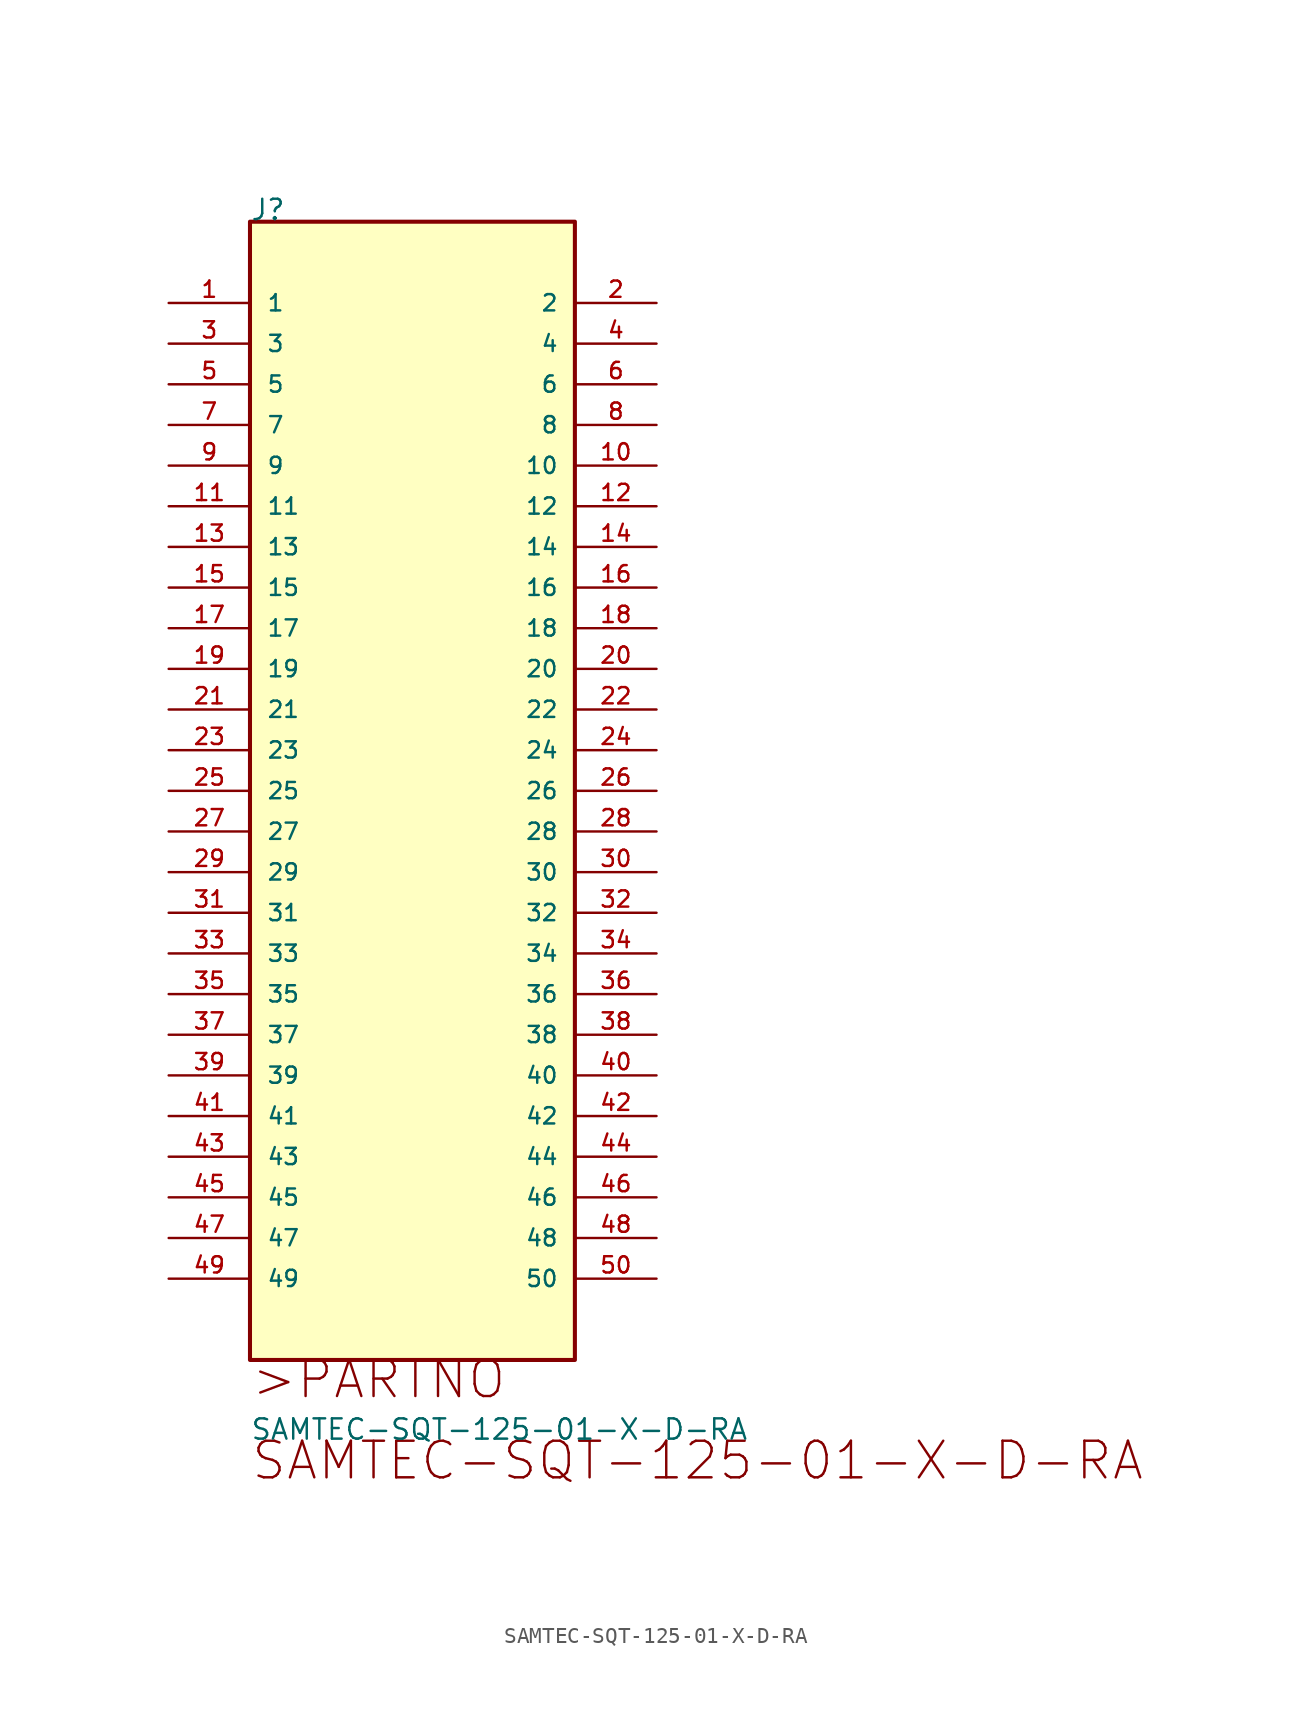
<source format=kicad_sym>
(kicad_symbol_lib
  (version 20211014)
  (generator kicad_symbol_editor)
  (symbol "SAMTEC-SQT-125-01-X-D-RA"
    (pin_names
      (offset 1.016))
    (property "Reference" "J"
      (at 0.0 5.08 0)
      (effects (font (size 1.27 1.27)) (justify bottom left)))
    (property "Value" "SAMTEC-SQT-125-01-X-D-RA"
      (at 0.0 -71.12 0)
      (effects (font (size 1.27 1.27)) (justify bottom left)))
    (symbol "SAMTEC-SQT-125-01-X-D-RA_0_0"
      (text ">PARTNO" (at 0.0 -68.58 0) (effects (font (size 2.286 2.286)) (justify bottom left)))
      (text "SAMTEC-SQT-125-01-X-D-RA" (at 0.0 -73.66 0) (effects (font (size 2.286 2.286)) (justify bottom left)))
      (rectangle (start 0.0 -66.04) (end 20.3 5.08) (stroke (width 0.254)) (fill (type background)))
      (pin passive line (at -5.08 -0.0 0) (length 5.08) (name "1" (effects (font (size 1.016 1.016)))) (number "1" (effects (font (size 1.016 1.016)))))
      (pin passive line (at 25.4 -0.0 180.0) (length 5.08) (name "2" (effects (font (size 1.016 1.016)))) (number "2" (effects (font (size 1.016 1.016)))))
      (pin passive line (at -5.08 -2.54 0) (length 5.08) (name "3" (effects (font (size 1.016 1.016)))) (number "3" (effects (font (size 1.016 1.016)))))
      (pin passive line (at 25.4 -2.54 180.0) (length 5.08) (name "4" (effects (font (size 1.016 1.016)))) (number "4" (effects (font (size 1.016 1.016)))))
      (pin passive line (at -5.08 -5.08 0) (length 5.08) (name "5" (effects (font (size 1.016 1.016)))) (number "5" (effects (font (size 1.016 1.016)))))
      (pin passive line (at 25.4 -5.08 180.0) (length 5.08) (name "6" (effects (font (size 1.016 1.016)))) (number "6" (effects (font (size 1.016 1.016)))))
      (pin passive line (at -5.08 -7.62 0) (length 5.08) (name "7" (effects (font (size 1.016 1.016)))) (number "7" (effects (font (size 1.016 1.016)))))
      (pin passive line (at 25.4 -7.62 180.0) (length 5.08) (name "8" (effects (font (size 1.016 1.016)))) (number "8" (effects (font (size 1.016 1.016)))))
      (pin passive line (at -5.08 -10.16 0) (length 5.08) (name "9" (effects (font (size 1.016 1.016)))) (number "9" (effects (font (size 1.016 1.016)))))
      (pin passive line (at 25.4 -10.16 180.0) (length 5.08) (name "10" (effects (font (size 1.016 1.016)))) (number "10" (effects (font (size 1.016 1.016)))))
      (pin passive line (at -5.08 -12.7 0) (length 5.08) (name "11" (effects (font (size 1.016 1.016)))) (number "11" (effects (font (size 1.016 1.016)))))
      (pin passive line (at 25.4 -12.7 180.0) (length 5.08) (name "12" (effects (font (size 1.016 1.016)))) (number "12" (effects (font (size 1.016 1.016)))))
      (pin passive line (at -5.08 -15.24 0) (length 5.08) (name "13" (effects (font (size 1.016 1.016)))) (number "13" (effects (font (size 1.016 1.016)))))
      (pin passive line (at 25.4 -15.24 180.0) (length 5.08) (name "14" (effects (font (size 1.016 1.016)))) (number "14" (effects (font (size 1.016 1.016)))))
      (pin passive line (at -5.08 -17.78 0) (length 5.08) (name "15" (effects (font (size 1.016 1.016)))) (number "15" (effects (font (size 1.016 1.016)))))
      (pin passive line (at 25.4 -17.78 180.0) (length 5.08) (name "16" (effects (font (size 1.016 1.016)))) (number "16" (effects (font (size 1.016 1.016)))))
      (pin passive line (at -5.08 -20.32 0) (length 5.08) (name "17" (effects (font (size 1.016 1.016)))) (number "17" (effects (font (size 1.016 1.016)))))
      (pin passive line (at 25.4 -20.32 180.0) (length 5.08) (name "18" (effects (font (size 1.016 1.016)))) (number "18" (effects (font (size 1.016 1.016)))))
      (pin passive line (at -5.08 -22.86 0) (length 5.08) (name "19" (effects (font (size 1.016 1.016)))) (number "19" (effects (font (size 1.016 1.016)))))
      (pin passive line (at 25.4 -22.86 180.0) (length 5.08) (name "20" (effects (font (size 1.016 1.016)))) (number "20" (effects (font (size 1.016 1.016)))))
      (pin passive line (at -5.08 -25.4 0) (length 5.08) (name "21" (effects (font (size 1.016 1.016)))) (number "21" (effects (font (size 1.016 1.016)))))
      (pin passive line (at 25.4 -25.4 180.0) (length 5.08) (name "22" (effects (font (size 1.016 1.016)))) (number "22" (effects (font (size 1.016 1.016)))))
      (pin passive line (at -5.08 -27.94 0) (length 5.08) (name "23" (effects (font (size 1.016 1.016)))) (number "23" (effects (font (size 1.016 1.016)))))
      (pin passive line (at 25.4 -27.94 180.0) (length 5.08) (name "24" (effects (font (size 1.016 1.016)))) (number "24" (effects (font (size 1.016 1.016)))))
      (pin passive line (at -5.08 -30.48 0) (length 5.08) (name "25" (effects (font (size 1.016 1.016)))) (number "25" (effects (font (size 1.016 1.016)))))
      (pin passive line (at 25.4 -30.48 180.0) (length 5.08) (name "26" (effects (font (size 1.016 1.016)))) (number "26" (effects (font (size 1.016 1.016)))))
      (pin passive line (at -5.08 -33.02 0) (length 5.08) (name "27" (effects (font (size 1.016 1.016)))) (number "27" (effects (font (size 1.016 1.016)))))
      (pin passive line (at 25.4 -33.02 180.0) (length 5.08) (name "28" (effects (font (size 1.016 1.016)))) (number "28" (effects (font (size 1.016 1.016)))))
      (pin passive line (at -5.08 -35.56 0) (length 5.08) (name "29" (effects (font (size 1.016 1.016)))) (number "29" (effects (font (size 1.016 1.016)))))
      (pin passive line (at 25.4 -35.56 180.0) (length 5.08) (name "30" (effects (font (size 1.016 1.016)))) (number "30" (effects (font (size 1.016 1.016)))))
      (pin passive line (at -5.08 -38.1 0) (length 5.08) (name "31" (effects (font (size 1.016 1.016)))) (number "31" (effects (font (size 1.016 1.016)))))
      (pin passive line (at 25.4 -38.1 180.0) (length 5.08) (name "32" (effects (font (size 1.016 1.016)))) (number "32" (effects (font (size 1.016 1.016)))))
      (pin passive line (at -5.08 -40.64 0) (length 5.08) (name "33" (effects (font (size 1.016 1.016)))) (number "33" (effects (font (size 1.016 1.016)))))
      (pin passive line (at 25.4 -40.64 180.0) (length 5.08) (name "34" (effects (font (size 1.016 1.016)))) (number "34" (effects (font (size 1.016 1.016)))))
      (pin passive line (at -5.08 -43.18 0) (length 5.08) (name "35" (effects (font (size 1.016 1.016)))) (number "35" (effects (font (size 1.016 1.016)))))
      (pin passive line (at 25.4 -43.18 180.0) (length 5.08) (name "36" (effects (font (size 1.016 1.016)))) (number "36" (effects (font (size 1.016 1.016)))))
      (pin passive line (at -5.08 -45.72 0) (length 5.08) (name "37" (effects (font (size 1.016 1.016)))) (number "37" (effects (font (size 1.016 1.016)))))
      (pin passive line (at 25.4 -45.72 180.0) (length 5.08) (name "38" (effects (font (size 1.016 1.016)))) (number "38" (effects (font (size 1.016 1.016)))))
      (pin passive line (at -5.08 -48.26 0) (length 5.08) (name "39" (effects (font (size 1.016 1.016)))) (number "39" (effects (font (size 1.016 1.016)))))
      (pin passive line (at 25.4 -48.26 180.0) (length 5.08) (name "40" (effects (font (size 1.016 1.016)))) (number "40" (effects (font (size 1.016 1.016)))))
      (pin passive line (at -5.08 -50.8 0) (length 5.08) (name "41" (effects (font (size 1.016 1.016)))) (number "41" (effects (font (size 1.016 1.016)))))
      (pin passive line (at 25.4 -50.8 180.0) (length 5.08) (name "42" (effects (font (size 1.016 1.016)))) (number "42" (effects (font (size 1.016 1.016)))))
      (pin passive line (at -5.08 -53.34 0) (length 5.08) (name "43" (effects (font (size 1.016 1.016)))) (number "43" (effects (font (size 1.016 1.016)))))
      (pin passive line (at 25.4 -53.34 180.0) (length 5.08) (name "44" (effects (font (size 1.016 1.016)))) (number "44" (effects (font (size 1.016 1.016)))))
      (pin passive line (at -5.08 -55.88 0) (length 5.08) (name "45" (effects (font (size 1.016 1.016)))) (number "45" (effects (font (size 1.016 1.016)))))
      (pin passive line (at 25.4 -55.88 180.0) (length 5.08) (name "46" (effects (font (size 1.016 1.016)))) (number "46" (effects (font (size 1.016 1.016)))))
      (pin passive line (at -5.08 -58.42 0) (length 5.08) (name "47" (effects (font (size 1.016 1.016)))) (number "47" (effects (font (size 1.016 1.016)))))
      (pin passive line (at 25.4 -58.42 180.0) (length 5.08) (name "48" (effects (font (size 1.016 1.016)))) (number "48" (effects (font (size 1.016 1.016)))))
      (pin passive line (at -5.08 -60.96 0) (length 5.08) (name "49" (effects (font (size 1.016 1.016)))) (number "49" (effects (font (size 1.016 1.016)))))
      (pin passive line (at 25.4 -60.96 180.0) (length 5.08) (name "50" (effects (font (size 1.016 1.016)))) (number "50" (effects (font (size 1.016 1.016))))))))
</source>
